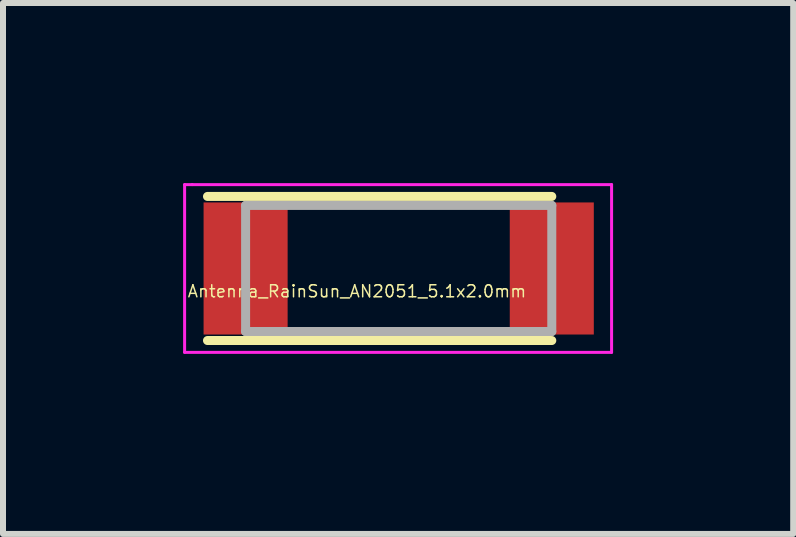
<source format=kicad_pcb>
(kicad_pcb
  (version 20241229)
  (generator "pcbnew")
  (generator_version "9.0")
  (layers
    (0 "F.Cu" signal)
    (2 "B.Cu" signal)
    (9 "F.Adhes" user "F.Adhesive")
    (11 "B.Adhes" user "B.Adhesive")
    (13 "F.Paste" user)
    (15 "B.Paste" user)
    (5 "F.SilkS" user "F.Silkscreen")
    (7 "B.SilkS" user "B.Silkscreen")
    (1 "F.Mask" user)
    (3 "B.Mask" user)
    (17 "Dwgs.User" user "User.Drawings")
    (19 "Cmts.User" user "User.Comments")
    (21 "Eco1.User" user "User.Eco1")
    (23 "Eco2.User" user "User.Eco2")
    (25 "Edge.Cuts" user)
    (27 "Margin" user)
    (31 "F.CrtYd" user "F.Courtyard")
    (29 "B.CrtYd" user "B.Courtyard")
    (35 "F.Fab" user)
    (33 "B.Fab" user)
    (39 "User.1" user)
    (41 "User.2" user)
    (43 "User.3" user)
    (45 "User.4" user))
  (footprint "Antenna_RainSun_AN2051_5.1x2.0mm"
    (layer "F.Cu")
    (at 1.041 1.422)
    (property "Reference" "Antenna_RainSun_AN2051_5.1x2.0mm" (at 1.855 0.38 0) (layer "F.SilkS") (effects (font (size 0.2 0.2) (thickness 0.025))))
    (attr smd)
    (fp_line (start -0.635 -1.2) (end 5.1 -1.2) (stroke (width 0.15) (type solid)) (layer "F.SilkS"))
    (fp_line (start -0.635 1.2) (end 5.1 1.2) (stroke (width 0.15) (type solid)) (layer "F.SilkS"))
    (fp_line (start -1.016 -1.397) (end -0.889 -1.397) (stroke (width 0.05) (type solid)) (layer "F.CrtYd"))
    (fp_line (start -1.016 1.397) (end -1.016 -1.397) (stroke (width 0.05) (type solid)) (layer "F.CrtYd"))
    (fp_line (start -0.889 -1.397) (end 6.096 -1.397) (stroke (width 0.05) (type solid)) (layer "F.CrtYd"))
    (fp_line (start 6.096 -1.397) (end 6.096 1.397) (stroke (width 0.05) (type solid)) (layer "F.CrtYd"))
    (fp_line (start 6.096 1.397) (end -1.016 1.397) (stroke (width 0.05) (type solid)) (layer "F.CrtYd"))
    (fp_line (start 0 -1.05) (end 0 1.05) (stroke (width 0.15) (type solid)) (layer "F.Fab"))
    (fp_line (start 0 -1.05) (end 5.1 -1.05) (stroke (width 0.15) (type solid)) (layer "F.Fab"))
    (fp_line (start 0 1.05) (end 5.1 1.05) (stroke (width 0.15) (type solid)) (layer "F.Fab"))
    (fp_line (start 5.1 -1.05) (end 5.1 1.05) (stroke (width 0.15) (type solid)) (layer "F.Fab"))
    (pad "1" smd rect (at 0 0) (size 1.4 2.2) (layers "F.Cu" "F.Mask" "F.Paste"))
    (pad "2" smd rect (at 5.1 0) (size 1.4 2.2) (layers "F.Cu" "F.Mask" "F.Paste")))
  (gr_rect
    (start -3 -3)
    (end 10.162 5.844)
    (stroke (width 0.1) (type default))
    (fill no)
    (layer "Edge.Cuts")))
</source>
